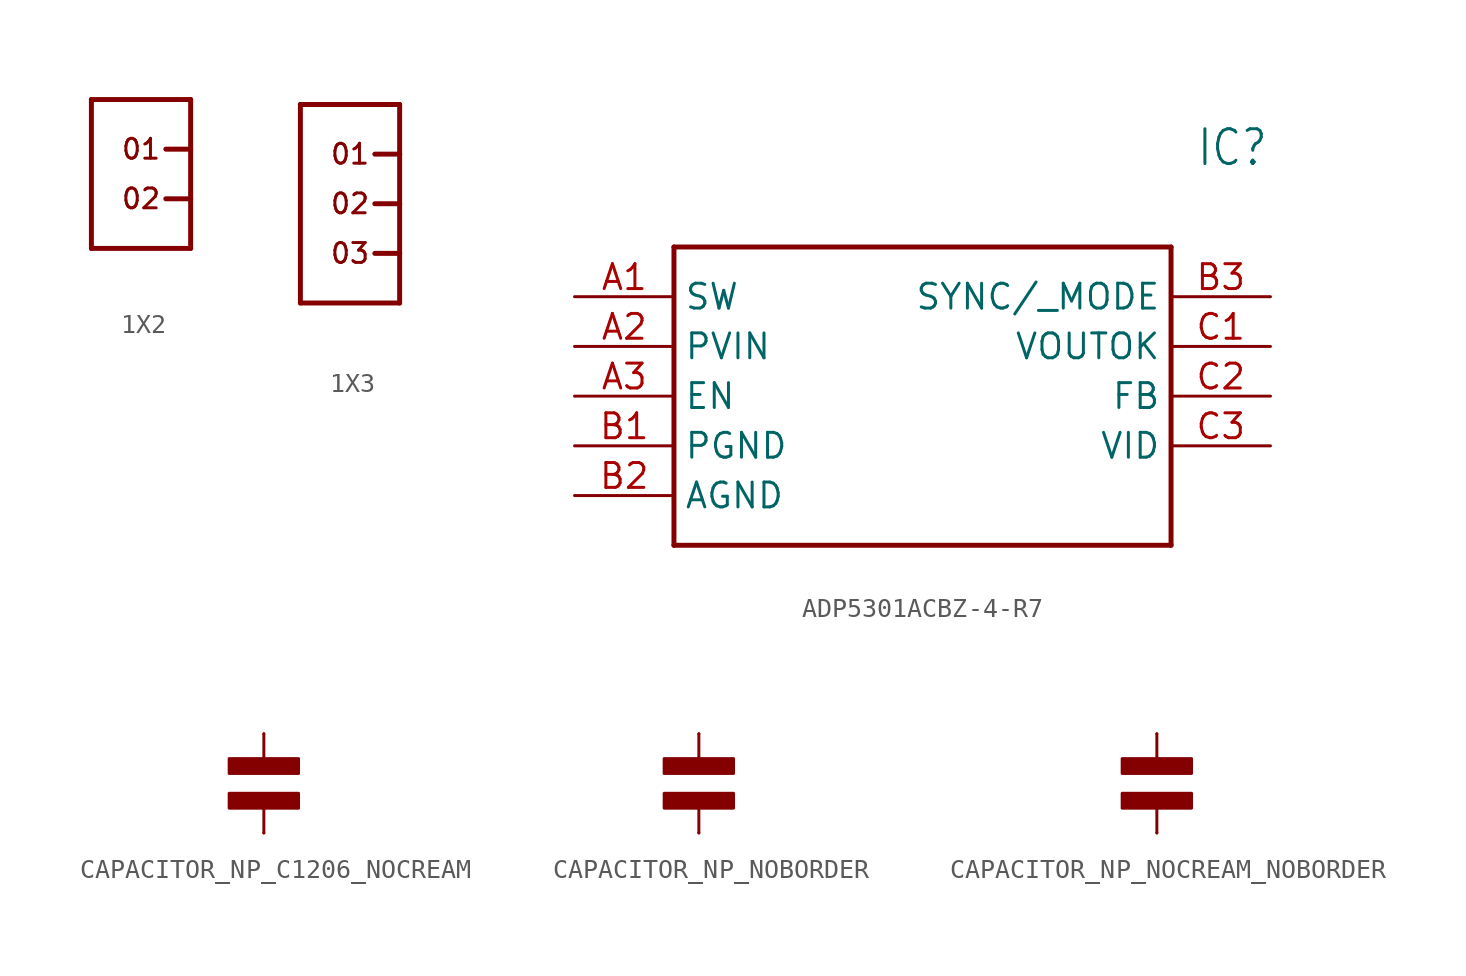
<source format=kicad_sym>
(kicad_symbol_lib
  (version 20231120)
  (generator "kicad_symbol_editor")
  (generator_version "8.0")
  (symbol "1X2"
    (property "Reference" ""
      (at -2.54 3.175 0)
      (effects (font (size 1.27 1.27)) (justify left bottom) (hide yes)))
    (property "Value" ""
      (at -2.54 -6.985 0)
      (effects (font (size 1.27 1.27)) (justify left bottom)))
    (property "ki_locked" ""
      (at 0 0 0)
      (effects (font (size 1.27 1.27))))
    (symbol "1X2_1_0"
      (polyline (pts (xy -2.54 -5.08) (xy 2.54 -5.08)) (stroke (width 0.254) (type solid)) (fill (type none)))
      (polyline (pts (xy -2.54 2.54) (xy -2.54 -5.08)) (stroke (width 0.254) (type solid)) (fill (type none)))
      (polyline (pts (xy -2.54 2.54) (xy 2.54 2.54)) (stroke (width 0.254) (type solid)) (fill (type none)))
      (polyline (pts (xy 1.27 -2.54) (xy 2.54 -2.54)) (stroke (width 0.254) (type solid)) (fill (type none)))
      (polyline (pts (xy 1.27 0) (xy 2.54 0)) (stroke (width 0.254) (type solid)) (fill (type none)))
      (polyline (pts (xy 2.54 -5.08) (xy 2.54 -2.54)) (stroke (width 0.254) (type solid)) (fill (type none)))
      (polyline (pts (xy 2.54 -2.54) (xy 2.54 0)) (stroke (width 0.254) (type solid)) (fill (type none)))
      (polyline (pts (xy 2.54 0) (xy 2.54 2.54)) (stroke (width 0.254) (type solid)) (fill (type none)))
      (text "01" (at 0 0 0) (effects (font (size 1.016 1.016))))
      (text "02" (at 0 -2.54 0) (effects (font (size 1.016 1.016))))
      (pin bidirectional line (at 2.54 0 180) (length 0) (name "1" (effects (font (size 0 0)))) (number "1" (effects (font (size 0 0)))))
      (pin bidirectional line (at 2.54 -2.54 180) (length 0) (name "2" (effects (font (size 0 0)))) (number "2" (effects (font (size 0 0)))))))
  (symbol "1X3"
    (property "Reference" ""
      (at -2.54 5.715 0)
      (effects (font (size 1.27 1.27)) (justify left bottom) (hide yes)))
    (property "Value" ""
      (at -2.54 -6.985 0)
      (effects (font (size 1.27 1.27)) (justify left bottom)))
    (property "ki_locked" ""
      (at 0 0 0)
      (effects (font (size 1.27 1.27))))
    (symbol "1X3_1_0"
      (polyline (pts (xy -2.54 -5.08) (xy 2.54 -5.08)) (stroke (width 0.254) (type solid)) (fill (type none)))
      (polyline (pts (xy -2.54 5.08) (xy -2.54 -5.08)) (stroke (width 0.254) (type solid)) (fill (type none)))
      (polyline (pts (xy -2.54 5.08) (xy 2.54 5.08)) (stroke (width 0.254) (type solid)) (fill (type none)))
      (polyline (pts (xy 1.27 -2.54) (xy 2.54 -2.54)) (stroke (width 0.254) (type solid)) (fill (type none)))
      (polyline (pts (xy 1.27 0) (xy 2.54 0)) (stroke (width 0.254) (type solid)) (fill (type none)))
      (polyline (pts (xy 1.27 2.54) (xy 2.54 2.54)) (stroke (width 0.254) (type solid)) (fill (type none)))
      (polyline (pts (xy 2.54 -5.08) (xy 2.54 -2.54)) (stroke (width 0.254) (type solid)) (fill (type none)))
      (polyline (pts (xy 2.54 -2.54) (xy 2.54 0)) (stroke (width 0.254) (type solid)) (fill (type none)))
      (polyline (pts (xy 2.54 0) (xy 2.54 2.54)) (stroke (width 0.254) (type solid)) (fill (type none)))
      (polyline (pts (xy 2.54 2.54) (xy 2.54 5.08)) (stroke (width 0.254) (type solid)) (fill (type none)))
      (text "01" (at 0 2.54 0) (effects (font (size 1.016 1.016))))
      (text "02" (at 0 0 0) (effects (font (size 1.016 1.016))))
      (text "03" (at 0 -2.54 0) (effects (font (size 1.016 1.016))))
      (pin bidirectional line (at 2.54 2.54 180) (length 0) (name "1" (effects (font (size 0 0)))) (number "1" (effects (font (size 0 0)))))
      (pin bidirectional line (at 2.54 0 180) (length 0) (name "2" (effects (font (size 0 0)))) (number "2" (effects (font (size 0 0)))))
      (pin bidirectional line (at 2.54 -2.54 180) (length 0) (name "3" (effects (font (size 0 0)))) (number "3" (effects (font (size 0 0)))))))
  (symbol "ADP5301ACBZ-4-R7"
    (property "Reference" "IC"
      (at 31.75 7.62 0)
      (effects (font (size 1.778 1.511)) (justify left)))
    (property "Value" ""
      (at 31.75 5.08 0)
      (effects (font (size 1.778 1.511)) (justify left)))
    (property "ki_locked" ""
      (at 0 0 0)
      (effects (font (size 1.27 1.27))))
    (symbol "ADP5301ACBZ-4-R7_1_0"
      (polyline (pts (xy 5.08 2.54) (xy 5.08 -12.7)) (stroke (width 0.254) (type solid)) (fill (type none)))
      (polyline (pts (xy 5.08 2.54) (xy 30.48 2.54)) (stroke (width 0.254) (type solid)) (fill (type none)))
      (polyline (pts (xy 30.48 -12.7) (xy 5.08 -12.7)) (stroke (width 0.254) (type solid)) (fill (type none)))
      (polyline (pts (xy 30.48 -12.7) (xy 30.48 2.54)) (stroke (width 0.254) (type solid)) (fill (type none)))
      (pin bidirectional line (at 0 0 0) (length 5.08) (name "SW" (effects (font (size 1.27 1.27)))) (number "A1" (effects (font (size 1.27 1.27)))))
      (pin bidirectional line (at 0 -2.54 0) (length 5.08) (name "PVIN" (effects (font (size 1.27 1.27)))) (number "A2" (effects (font (size 1.27 1.27)))))
      (pin bidirectional line (at 0 -5.08 0) (length 5.08) (name "EN" (effects (font (size 1.27 1.27)))) (number "A3" (effects (font (size 1.27 1.27)))))
      (pin bidirectional line (at 0 -7.62 0) (length 5.08) (name "PGND" (effects (font (size 1.27 1.27)))) (number "B1" (effects (font (size 1.27 1.27)))))
      (pin bidirectional line (at 0 -10.16 0) (length 5.08) (name "AGND" (effects (font (size 1.27 1.27)))) (number "B2" (effects (font (size 1.27 1.27)))))
      (pin bidirectional line (at 35.56 0 180) (length 5.08) (name "SYNC/_MODE" (effects (font (size 1.27 1.27)))) (number "B3" (effects (font (size 1.27 1.27)))))
      (pin bidirectional line (at 35.56 -2.54 180) (length 5.08) (name "VOUTOK" (effects (font (size 1.27 1.27)))) (number "C1" (effects (font (size 1.27 1.27)))))
      (pin bidirectional line (at 35.56 -5.08 180) (length 5.08) (name "FB" (effects (font (size 1.27 1.27)))) (number "C2" (effects (font (size 1.27 1.27)))))
      (pin bidirectional line (at 35.56 -7.62 180) (length 5.08) (name "VID" (effects (font (size 1.27 1.27)))) (number "C3" (effects (font (size 1.27 1.27)))))))
  (symbol "CAPACITOR_NP_C1206_NOCREAM"
    (property "Reference" ""
      (at 2.54 1.524 0)
      (effects (font (size 1.016 1.016)) (justify left top) (hide yes)))
    (property "Value" ""
      (at 2.54 -1.524 0)
      (effects (font (size 1.016 1.016)) (justify left bottom)))
    (property "ki_locked" ""
      (at 0 0 0)
      (effects (font (size 1.27 1.27))))
    (symbol "CAPACITOR_NP_C1206_NOCREAM_1_0"
      (rectangle (start -1.778 -1.27) (end 1.778 -0.508) (stroke (width 0) (type default)) (fill (type outline)))
      (rectangle (start -1.778 0.508) (end 1.778 1.27) (stroke (width 0) (type default)) (fill (type outline)))
      (polyline (pts (xy 0 -2.54) (xy 0 -1.016)) (stroke (width 0.152) (type solid)) (fill (type none)))
      (polyline (pts (xy 0 2.54) (xy 0 1.016)) (stroke (width 0.152) (type solid)) (fill (type none)))
      (pin passive line (at 0 2.54 270) (length 0) (name "P$1" (effects (font (size 0 0)))) (number "P$1" (effects (font (size 0 0)))))
      (pin passive line (at 0 -2.54 90) (length 0) (name "P$2" (effects (font (size 0 0)))) (number "P$2" (effects (font (size 0 0)))))))
  (symbol "CAPACITOR_NP_NOBORDER"
    (property "Reference" ""
      (at 2.54 1.524 0)
      (effects (font (size 1.016 1.016)) (justify left top) (hide yes)))
    (property "Value" ""
      (at 2.54 -1.524 0)
      (effects (font (size 1.016 1.016)) (justify left bottom)))
    (property "ki_locked" ""
      (at 0 0 0)
      (effects (font (size 1.27 1.27))))
    (symbol "CAPACITOR_NP_NOBORDER_1_0"
      (rectangle (start -1.778 -1.27) (end 1.778 -0.508) (stroke (width 0) (type default)) (fill (type outline)))
      (rectangle (start -1.778 0.508) (end 1.778 1.27) (stroke (width 0) (type default)) (fill (type outline)))
      (polyline (pts (xy 0 -2.54) (xy 0 -1.016)) (stroke (width 0.152) (type solid)) (fill (type none)))
      (polyline (pts (xy 0 2.54) (xy 0 1.016)) (stroke (width 0.152) (type solid)) (fill (type none)))
      (pin passive line (at 0 2.54 270) (length 0) (name "P$1" (effects (font (size 0 0)))) (number "P$1" (effects (font (size 0 0)))))
      (pin passive line (at 0 -2.54 90) (length 0) (name "P$2" (effects (font (size 0 0)))) (number "P$2" (effects (font (size 0 0)))))))
  (symbol "CAPACITOR_NP_NOCREAM_NOBORDER"
    (property "Reference" ""
      (at 2.54 1.524 0)
      (effects (font (size 1.016 1.016)) (justify left top) (hide yes)))
    (property "Value" ""
      (at 2.54 -1.524 0)
      (effects (font (size 1.016 1.016)) (justify left bottom)))
    (property "ki_locked" ""
      (at 0 0 0)
      (effects (font (size 1.27 1.27))))
    (symbol "CAPACITOR_NP_NOCREAM_NOBORDER_1_0"
      (rectangle (start -1.778 -1.27) (end 1.778 -0.508) (stroke (width 0) (type default)) (fill (type outline)))
      (rectangle (start -1.778 0.508) (end 1.778 1.27) (stroke (width 0) (type default)) (fill (type outline)))
      (polyline (pts (xy 0 -2.54) (xy 0 -1.016)) (stroke (width 0.152) (type solid)) (fill (type none)))
      (polyline (pts (xy 0 2.54) (xy 0 1.016)) (stroke (width 0.152) (type solid)) (fill (type none)))
      (pin passive line (at 0 2.54 270) (length 0) (name "P$1" (effects (font (size 0 0)))) (number "P$1" (effects (font (size 0 0)))))
      (pin passive line (at 0 -2.54 90) (length 0) (name "P$2" (effects (font (size 0 0)))) (number "P$2" (effects (font (size 0 0))))))))
</source>
